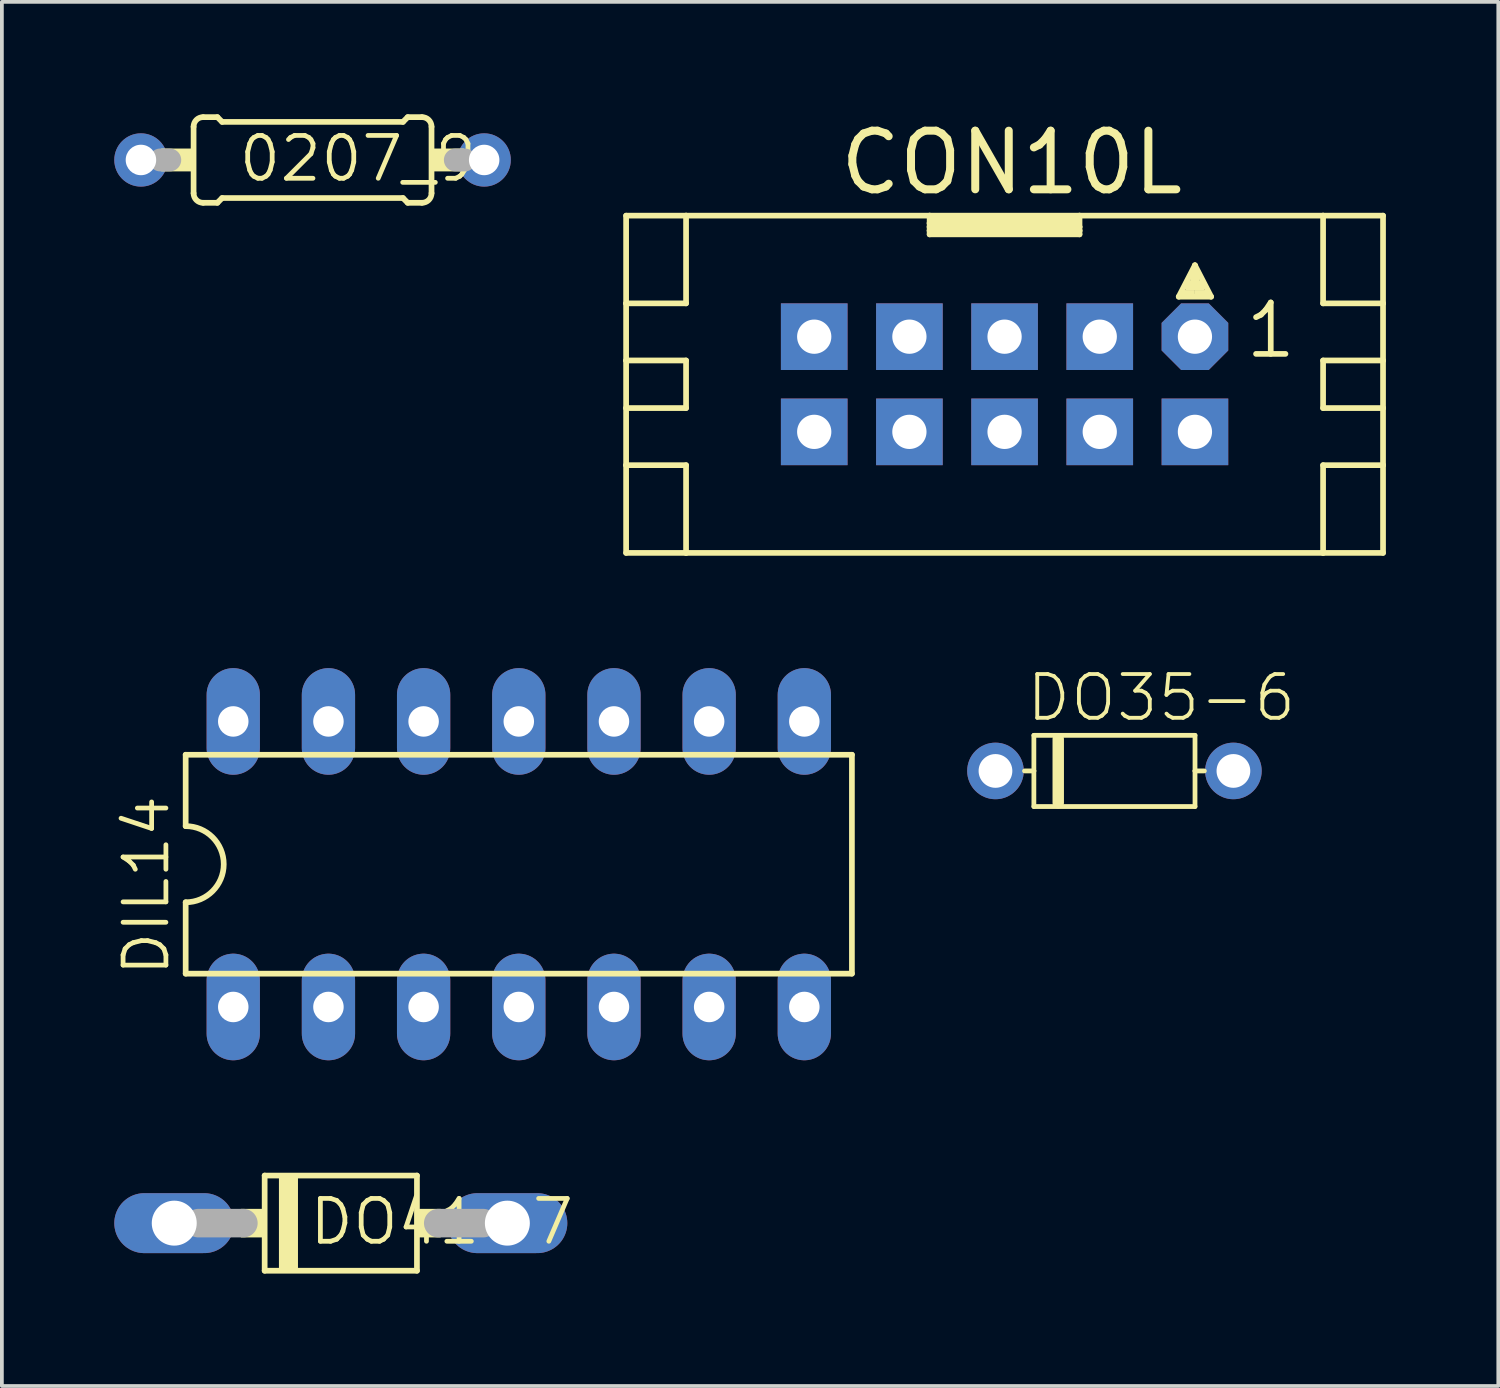
<source format=kicad_pcb>
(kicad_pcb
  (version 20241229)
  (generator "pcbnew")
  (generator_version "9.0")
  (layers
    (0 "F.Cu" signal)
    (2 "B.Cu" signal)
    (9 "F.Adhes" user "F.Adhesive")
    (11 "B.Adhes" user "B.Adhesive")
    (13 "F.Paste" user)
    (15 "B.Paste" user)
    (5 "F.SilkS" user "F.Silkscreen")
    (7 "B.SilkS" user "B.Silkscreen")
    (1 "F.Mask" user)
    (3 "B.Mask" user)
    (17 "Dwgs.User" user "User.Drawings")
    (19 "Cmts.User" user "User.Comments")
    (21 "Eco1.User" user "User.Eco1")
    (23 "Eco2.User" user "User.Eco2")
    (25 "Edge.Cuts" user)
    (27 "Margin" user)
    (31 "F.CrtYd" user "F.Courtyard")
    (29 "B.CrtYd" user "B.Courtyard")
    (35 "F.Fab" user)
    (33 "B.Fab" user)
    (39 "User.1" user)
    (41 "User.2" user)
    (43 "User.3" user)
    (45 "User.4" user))
  (footprint "DIL14"
    (layer "F.Cu")
    (at 10.795 20.013)
    (property "Reference" "DIL14" (at -9.271 3.048 90) (layer "F.SilkS") (effects (font (size 1.143 1.143) (thickness 0.127)) (justify left bottom)))
    (fp_line (start -8.89 -2.921) (end -8.89 -1.016) (stroke (width 0.152) (type solid)) (layer "F.SilkS"))
    (fp_line (start -8.89 2.921) (end -8.89 1.016) (stroke (width 0.152) (type solid)) (layer "F.SilkS"))
    (fp_line (start -8.89 2.921) (end 8.89 2.921) (stroke (width 0.152) (type solid)) (layer "F.SilkS"))
    (fp_line (start 8.89 -2.921) (end -8.89 -2.921) (stroke (width 0.152) (type solid)) (layer "F.SilkS"))
    (fp_line (start 8.89 -2.921) (end 8.89 2.921) (stroke (width 0.152) (type solid)) (layer "F.SilkS"))
    (fp_arc (start -8.89 -1.016) (mid -7.874 0) (end -8.89 1.016) (stroke (width 0.1524) (type solid)) (layer "F.SilkS"))
    (pad "1" thru_hole oval (at -7.62 3.81 90) (size 2.845 1.422) (drill 0.813) (layers "*.Cu" "*.Mask"))
    (pad "2" thru_hole oval (at -5.08 3.81 90) (size 2.845 1.422) (drill 0.813) (layers "*.Cu" "*.Mask"))
    (pad "3" thru_hole oval (at -2.54 3.81 90) (size 2.845 1.422) (drill 0.813) (layers "*.Cu" "*.Mask"))
    (pad "4" thru_hole oval (at 0 3.81 90) (size 2.845 1.422) (drill 0.813) (layers "*.Cu" "*.Mask"))
    (pad "5" thru_hole oval (at 2.54 3.81 90) (size 2.845 1.422) (drill 0.813) (layers "*.Cu" "*.Mask"))
    (pad "6" thru_hole oval (at 5.08 3.81 90) (size 2.845 1.422) (drill 0.813) (layers "*.Cu" "*.Mask"))
    (pad "7" thru_hole oval (at 7.62 3.81 90) (size 2.845 1.422) (drill 0.813) (layers "*.Cu" "*.Mask"))
    (pad "8" thru_hole oval (at 7.62 -3.81 90) (size 2.845 1.422) (drill 0.813) (layers "*.Cu" "*.Mask"))
    (pad "9" thru_hole oval (at 5.08 -3.81 90) (size 2.845 1.422) (drill 0.813) (layers "*.Cu" "*.Mask"))
    (pad "10" thru_hole oval (at 2.54 -3.81 90) (size 2.845 1.422) (drill 0.813) (layers "*.Cu" "*.Mask"))
    (pad "11" thru_hole oval (at 0 -3.81 90) (size 2.845 1.422) (drill 0.813) (layers "*.Cu" "*.Mask"))
    (pad "12" thru_hole oval (at -2.54 -3.81 90) (size 2.845 1.422) (drill 0.813) (layers "*.Cu" "*.Mask"))
    (pad "13" thru_hole oval (at -5.08 -3.81 90) (size 2.845 1.422) (drill 0.813) (layers "*.Cu" "*.Mask"))
    (pad "14" thru_hole oval (at -7.62 -3.81 90) (size 2.845 1.422) (drill 0.813) (layers "*.Cu" "*.Mask")))
  (footprint "0207_9"
    (layer "F.Cu")
    (at 5.291 1.219)
    (property "Reference" "0207_9" (at -2.032 0.635 0) (layer "F.SilkS") (effects (font (size 1.143 1.143) (thickness 0.127)) (justify left bottom)))
    (fp_line (start -3.175 0.889) (end -3.175 -0.889) (stroke (width 0.152) (type solid)) (layer "F.SilkS"))
    (fp_line (start -2.921 -1.143) (end -2.54 -1.143) (stroke (width 0.152) (type solid)) (layer "F.SilkS"))
    (fp_line (start -2.921 1.143) (end -2.54 1.143) (stroke (width 0.152) (type solid)) (layer "F.SilkS"))
    (fp_line (start -2.413 -1.016) (end -2.54 -1.143) (stroke (width 0.152) (type solid)) (layer "F.SilkS"))
    (fp_line (start -2.413 1.016) (end -2.54 1.143) (stroke (width 0.152) (type solid)) (layer "F.SilkS"))
    (fp_line (start 2.413 -1.016) (end -2.413 -1.016) (stroke (width 0.152) (type solid)) (layer "F.SilkS"))
    (fp_line (start 2.413 -1.016) (end 2.54 -1.143) (stroke (width 0.152) (type solid)) (layer "F.SilkS"))
    (fp_line (start 2.413 1.016) (end -2.413 1.016) (stroke (width 0.152) (type solid)) (layer "F.SilkS"))
    (fp_line (start 2.413 1.016) (end 2.54 1.143) (stroke (width 0.152) (type solid)) (layer "F.SilkS"))
    (fp_line (start 2.921 -1.143) (end 2.54 -1.143) (stroke (width 0.152) (type solid)) (layer "F.SilkS"))
    (fp_line (start 2.921 1.143) (end 2.54 1.143) (stroke (width 0.152) (type solid)) (layer "F.SilkS"))
    (fp_line (start 3.175 0.889) (end 3.175 -0.889) (stroke (width 0.152) (type solid)) (layer "F.SilkS"))
    (fp_arc (start -3.175 -0.889) (mid -3.100605 -1.068605) (end -2.921 -1.143) (stroke (width 0.1524) (type solid)) (layer "F.SilkS"))
    (fp_arc (start -2.921 1.143) (mid -3.100605 1.068605) (end -3.175 0.889) (stroke (width 0.1524) (type solid)) (layer "F.SilkS"))
    (fp_arc (start 2.921 -1.143) (mid 3.100605 -1.068605) (end 3.175 -0.889) (stroke (width 0.1524) (type solid)) (layer "F.SilkS"))
    (fp_arc (start 3.175 0.889) (mid 3.100605 1.068605) (end 2.921 1.143) (stroke (width 0.1524) (type solid)) (layer "F.SilkS"))
    (fp_poly (pts (xy -4.039 0.305) (xy -3.175 0.305) (xy -3.175 -0.305) (xy -4.039 -0.305)) (stroke (width 0) (type solid)) (fill yes) (layer "F.SilkS"))
    (fp_poly (pts (xy 3.175 0.305) (xy 4.039 0.305) (xy 4.039 -0.305) (xy 3.175 -0.305)) (stroke (width 0) (type solid)) (fill yes) (layer "F.SilkS"))
    (fp_line (start -3.81 0) (end -4.064 0) (stroke (width 0.61) (type solid)) (layer "F.Fab"))
    (fp_line (start 3.81 0) (end 4.064 0) (stroke (width 0.61) (type solid)) (layer "F.Fab"))
    (pad "1" thru_hole circle (at -4.58 0) (size 1.422 1.422) (drill 0.813) (layers "*.Cu" "*.Mask"))
    (pad "2" thru_hole circle (at 4.58 0) (size 1.422 1.422) (drill 0.813) (layers "*.Cu" "*.Mask")))
  (footprint "DO35-6"
    (layer "F.Cu")
    (at 26.691 17.524)
    (property "Reference" "DO35-6" (at -2.405 -1.27 0) (layer "F.SilkS") (effects (font (size 1.168 1.168) (thickness 0.102)) (justify left bottom)))
    (fp_line (start -2.15 -0.95) (end 2.15 -0.95) (stroke (width 0.127) (type solid)) (layer "F.SilkS"))
    (fp_line (start -2.15 0) (end -2.4 0) (stroke (width 0.127) (type solid)) (layer "F.SilkS"))
    (fp_line (start -2.15 0) (end -2.15 -0.95) (stroke (width 0.127) (type solid)) (layer "F.SilkS"))
    (fp_line (start -2.15 0.95) (end -2.15 0) (stroke (width 0.127) (type solid)) (layer "F.SilkS"))
    (fp_line (start -1.5 -0.85) (end -1.5 0.85) (stroke (width 0.305) (type solid)) (layer "F.SilkS"))
    (fp_line (start 2.15 -0.95) (end 2.15 0) (stroke (width 0.127) (type solid)) (layer "F.SilkS"))
    (fp_line (start 2.15 0) (end 2.15 0.95) (stroke (width 0.127) (type solid)) (layer "F.SilkS"))
    (fp_line (start 2.15 0) (end 2.4 0) (stroke (width 0.127) (type solid)) (layer "F.SilkS"))
    (fp_line (start 2.15 0.95) (end -2.15 0.95) (stroke (width 0.127) (type solid)) (layer "F.SilkS"))
    (pad "ANODE" thru_hole circle (at 3.175 0) (size 1.51 1.51) (drill 0.9) (layers "*.Cu" "*.Mask"))
    (pad "CATHODE" thru_hole circle (at -3.175 0) (size 1.51 1.51) (drill 0.9) (layers "*.Cu" "*.Mask")))
  (footprint "DO41-7"
    (layer "F.Cu")
    (at 6.045 29.592)
    (property "Reference" "DO41-7" (at -0.9 0.63 0) (layer "F.SilkS") (effects (font (size 1.143 1.143) (thickness 0.127)) (justify left bottom)))
    (fp_line (start -2.032 -1.27) (end -2.032 1.27) (stroke (width 0.152) (type solid)) (layer "F.SilkS"))
    (fp_line (start -2.032 -1.27) (end 2.032 -1.27) (stroke (width 0.152) (type solid)) (layer "F.SilkS"))
    (fp_line (start 2.032 1.27) (end -2.032 1.27) (stroke (width 0.152) (type solid)) (layer "F.SilkS"))
    (fp_line (start 2.032 1.27) (end 2.032 -1.27) (stroke (width 0.152) (type solid)) (layer "F.SilkS"))
    (fp_poly (pts (xy -2.667 0.381) (xy -2.032 0.381) (xy -2.032 -0.381) (xy -2.667 -0.381)) (stroke (width 0) (type solid)) (fill yes) (layer "F.SilkS"))
    (fp_poly (pts (xy -1.651 1.27) (xy -1.143 1.27) (xy -1.143 -1.27) (xy -1.651 -1.27)) (stroke (width 0) (type solid)) (fill yes) (layer "F.SilkS"))
    (fp_poly (pts (xy 2.032 0.381) (xy 2.667 0.381) (xy 2.667 -0.381) (xy 2.032 -0.381)) (stroke (width 0) (type solid)) (fill yes) (layer "F.SilkS"))
    (fp_line (start -3.8 0) (end -2.6 0) (stroke (width 0.762) (type solid)) (layer "F.Fab"))
    (fp_line (start 3.8 0) (end 2.6 0) (stroke (width 0.762) (type solid)) (layer "F.Fab"))
    (pad "A" thru_hole oval (at 4.445 0) (size 3.2 1.6) (drill 1.2) (layers "*.Cu" "*.Mask"))
    (pad "C" thru_hole oval (at -4.445 0) (size 3.2 1.6) (drill 1.2) (layers "*.Cu" "*.Mask")))
  (footprint "CON10L"
    (layer "F.Cu")
    (at 23.759 7.205)
    (property "Reference" "CON10L" (at -4.5 -5 0) (layer "F.SilkS") (effects (font (size 1.565 1.565) (thickness 0.213)) (justify left bottom)))
    (fp_line (start -10.1 -4.5) (end -10.1 -2.159) (stroke (width 0.152) (type solid)) (layer "F.SilkS"))
    (fp_line (start -10.1 -2.159) (end -10.1 -0.635) (stroke (width 0.152) (type solid)) (layer "F.SilkS"))
    (fp_line (start -10.1 -2.159) (end -8.5 -2.159) (stroke (width 0.152) (type solid)) (layer "F.SilkS"))
    (fp_line (start -10.1 -0.635) (end -10.1 0.635) (stroke (width 0.152) (type solid)) (layer "F.SilkS"))
    (fp_line (start -10.1 -0.635) (end -8.5 -0.635) (stroke (width 0.152) (type solid)) (layer "F.SilkS"))
    (fp_line (start -10.1 0.635) (end -10.1 2.159) (stroke (width 0.152) (type solid)) (layer "F.SilkS"))
    (fp_line (start -10.1 0.635) (end -8.5 0.635) (stroke (width 0.152) (type solid)) (layer "F.SilkS"))
    (fp_line (start -10.1 2.159) (end -10.1 4.5) (stroke (width 0.152) (type solid)) (layer "F.SilkS"))
    (fp_line (start -10.1 2.159) (end -8.5 2.159) (stroke (width 0.152) (type solid)) (layer "F.SilkS"))
    (fp_line (start -10.1 4.5) (end -8.5 4.5) (stroke (width 0.152) (type solid)) (layer "F.SilkS"))
    (fp_line (start -8.5 -4.5) (end -10.1 -4.5) (stroke (width 0.152) (type solid)) (layer "F.SilkS"))
    (fp_line (start -8.5 -4.5) (end -8.5 -2.159) (stroke (width 0.152) (type solid)) (layer "F.SilkS"))
    (fp_line (start -8.5 -0.635) (end -8.5 0.635) (stroke (width 0.152) (type solid)) (layer "F.SilkS"))
    (fp_line (start -8.5 2.159) (end -8.5 4.5) (stroke (width 0.152) (type solid)) (layer "F.SilkS"))
    (fp_line (start -8.5 4.5) (end 8.5 4.5) (stroke (width 0.152) (type solid)) (layer "F.SilkS"))
    (fp_line (start -2 -4.5) (end -8.5 -4.5) (stroke (width 0.152) (type solid)) (layer "F.SilkS"))
    (fp_line (start -2 -4.5) (end -2 -4.3) (stroke (width 0.152) (type solid)) (layer "F.SilkS"))
    (fp_line (start -2 -4.3) (end -2 -4.2) (stroke (width 0.152) (type solid)) (layer "F.SilkS"))
    (fp_line (start -2 -4.3) (end 1.9 -4.3) (stroke (width 0.152) (type solid)) (layer "F.SilkS"))
    (fp_line (start -2 -4.2) (end -2 -4.1) (stroke (width 0.152) (type solid)) (layer "F.SilkS"))
    (fp_line (start -2 -4.2) (end 2 -4.2) (stroke (width 0.152) (type solid)) (layer "F.SilkS"))
    (fp_line (start -2 -4.1) (end -2 -4) (stroke (width 0.152) (type solid)) (layer "F.SilkS"))
    (fp_line (start -2 -4.1) (end 2 -4.1) (stroke (width 0.152) (type solid)) (layer "F.SilkS"))
    (fp_line (start -2 -4) (end 2 -4) (stroke (width 0.152) (type solid)) (layer "F.SilkS"))
    (fp_line (start 1.9 -4.4) (end -1.9 -4.4) (stroke (width 0.152) (type solid)) (layer "F.SilkS"))
    (fp_line (start 1.9 -4.3) (end 1.9 -4.4) (stroke (width 0.152) (type solid)) (layer "F.SilkS"))
    (fp_line (start 2 -4.5) (end -2 -4.5) (stroke (width 0.152) (type solid)) (layer "F.SilkS"))
    (fp_line (start 2 -4.2) (end 2 -4.5) (stroke (width 0.152) (type solid)) (layer "F.SilkS"))
    (fp_line (start 2 -4.1) (end 2 -4.2) (stroke (width 0.152) (type solid)) (layer "F.SilkS"))
    (fp_line (start 2 -4) (end 2 -4.1) (stroke (width 0.152) (type solid)) (layer "F.SilkS"))
    (fp_line (start 4.648 -2.337) (end 5.08 -3.175) (stroke (width 0.152) (type solid)) (layer "F.SilkS"))
    (fp_line (start 5.08 -3.175) (end 5.08 -2.921) (stroke (width 0.152) (type solid)) (layer "F.SilkS"))
    (fp_line (start 5.08 -3.175) (end 5.512 -2.337) (stroke (width 0.152) (type solid)) (layer "F.SilkS"))
    (fp_line (start 5.512 -2.337) (end 4.648 -2.337) (stroke (width 0.152) (type solid)) (layer "F.SilkS"))
    (fp_line (start 8.5 -4.5) (end 2 -4.5) (stroke (width 0.152) (type solid)) (layer "F.SilkS"))
    (fp_line (start 8.5 -4.5) (end 8.5 -2.159) (stroke (width 0.152) (type solid)) (layer "F.SilkS"))
    (fp_line (start 8.5 -2.159) (end 10.1 -2.159) (stroke (width 0.152) (type solid)) (layer "F.SilkS"))
    (fp_line (start 8.5 -0.635) (end 8.5 0.635) (stroke (width 0.152) (type solid)) (layer "F.SilkS"))
    (fp_line (start 8.5 -0.635) (end 10.1 -0.635) (stroke (width 0.152) (type solid)) (layer "F.SilkS"))
    (fp_line (start 8.5 0.635) (end 10.1 0.635) (stroke (width 0.152) (type solid)) (layer "F.SilkS"))
    (fp_line (start 8.5 2.159) (end 8.5 4.5) (stroke (width 0.152) (type solid)) (layer "F.SilkS"))
    (fp_line (start 8.5 2.159) (end 10.1 2.159) (stroke (width 0.152) (type solid)) (layer "F.SilkS"))
    (fp_line (start 8.5 4.5) (end 10.1 4.5) (stroke (width 0.152) (type solid)) (layer "F.SilkS"))
    (fp_line (start 10.1 -4.5) (end 8.5 -4.5) (stroke (width 0.152) (type solid)) (layer "F.SilkS"))
    (fp_line (start 10.1 -2.159) (end 10.1 -4.5) (stroke (width 0.152) (type solid)) (layer "F.SilkS"))
    (fp_line (start 10.1 -0.635) (end 10.1 -2.159) (stroke (width 0.152) (type solid)) (layer "F.SilkS"))
    (fp_line (start 10.1 0.635) (end 10.1 -0.635) (stroke (width 0.152) (type solid)) (layer "F.SilkS"))
    (fp_line (start 10.1 2.159) (end 10.1 0.635) (stroke (width 0.152) (type solid)) (layer "F.SilkS"))
    (fp_line (start 10.1 4.5) (end 10.1 2.159) (stroke (width 0.152) (type solid)) (layer "F.SilkS"))
    (fp_poly (pts (xy 4.699 -2.388) (xy 5.08 -2.388) (xy 5.08 -2.515) (xy 4.699 -2.515)) (stroke (width 0) (type solid)) (fill yes) (layer "F.SilkS"))
    (fp_poly (pts (xy 4.826 -2.515) (xy 5.334 -2.515) (xy 5.334 -2.769) (xy 4.826 -2.769)) (stroke (width 0) (type solid)) (fill yes) (layer "F.SilkS"))
    (fp_poly (pts (xy 4.953 -2.718) (xy 5.207 -2.718) (xy 5.207 -2.972) (xy 4.953 -2.972)) (stroke (width 0) (type solid)) (fill yes) (layer "F.SilkS"))
    (fp_poly (pts (xy 5.08 -2.388) (xy 5.461 -2.388) (xy 5.461 -2.515) (xy 5.08 -2.515)) (stroke (width 0) (type solid)) (fill yes) (layer "F.SilkS"))
    (fp_text user "1" (at 6.35 -0.635 0) (layer "F.SilkS") (effects (font (size 1.372 1.372) (thickness 0.152)) (justify left bottom)))
    (pad "1" thru_hole roundrect (at 5.08 -1.27 90) (size 1.778 1.778) (drill 0.914) (layers "*.Cu" "*.Mask") (roundrect_rratio 0.25) (chamfer_ratio 0.293) (chamfer top_left top_right bottom_left bottom_right))
    (pad "2" thru_hole rect (at 5.08 1.27 90) (size 1.778 1.778) (drill 0.914) (layers "*.Cu" "*.Mask"))
    (pad "3" thru_hole rect (at 2.54 -1.27 90) (size 1.778 1.778) (drill 0.914) (layers "*.Cu" "*.Mask"))
    (pad "4" thru_hole rect (at 2.54 1.27 90) (size 1.778 1.778) (drill 0.914) (layers "*.Cu" "*.Mask"))
    (pad "5" thru_hole rect (at 0 -1.27 90) (size 1.778 1.778) (drill 0.914) (layers "*.Cu" "*.Mask"))
    (pad "6" thru_hole rect (at 0 1.27 90) (size 1.778 1.778) (drill 0.914) (layers "*.Cu" "*.Mask"))
    (pad "7" thru_hole rect (at -2.54 -1.27 90) (size 1.778 1.778) (drill 0.914) (layers "*.Cu" "*.Mask"))
    (pad "8" thru_hole rect (at -2.54 1.27 270) (size 1.778 1.778) (drill 0.914) (layers "*.Cu" "*.Mask"))
    (pad "9" thru_hole rect (at -5.08 -1.27 90) (size 1.778 1.778) (drill 0.914) (layers "*.Cu" "*.Mask"))
    (pad "10" thru_hole rect (at -5.08 1.27 270) (size 1.778 1.778) (drill 0.914) (layers "*.Cu" "*.Mask")))
  (gr_rect
    (start -3 -3)
    (end 36.935 33.938)
    (stroke (width 0.1) (type default))
    (fill no)
    (layer "Edge.Cuts")))
</source>
